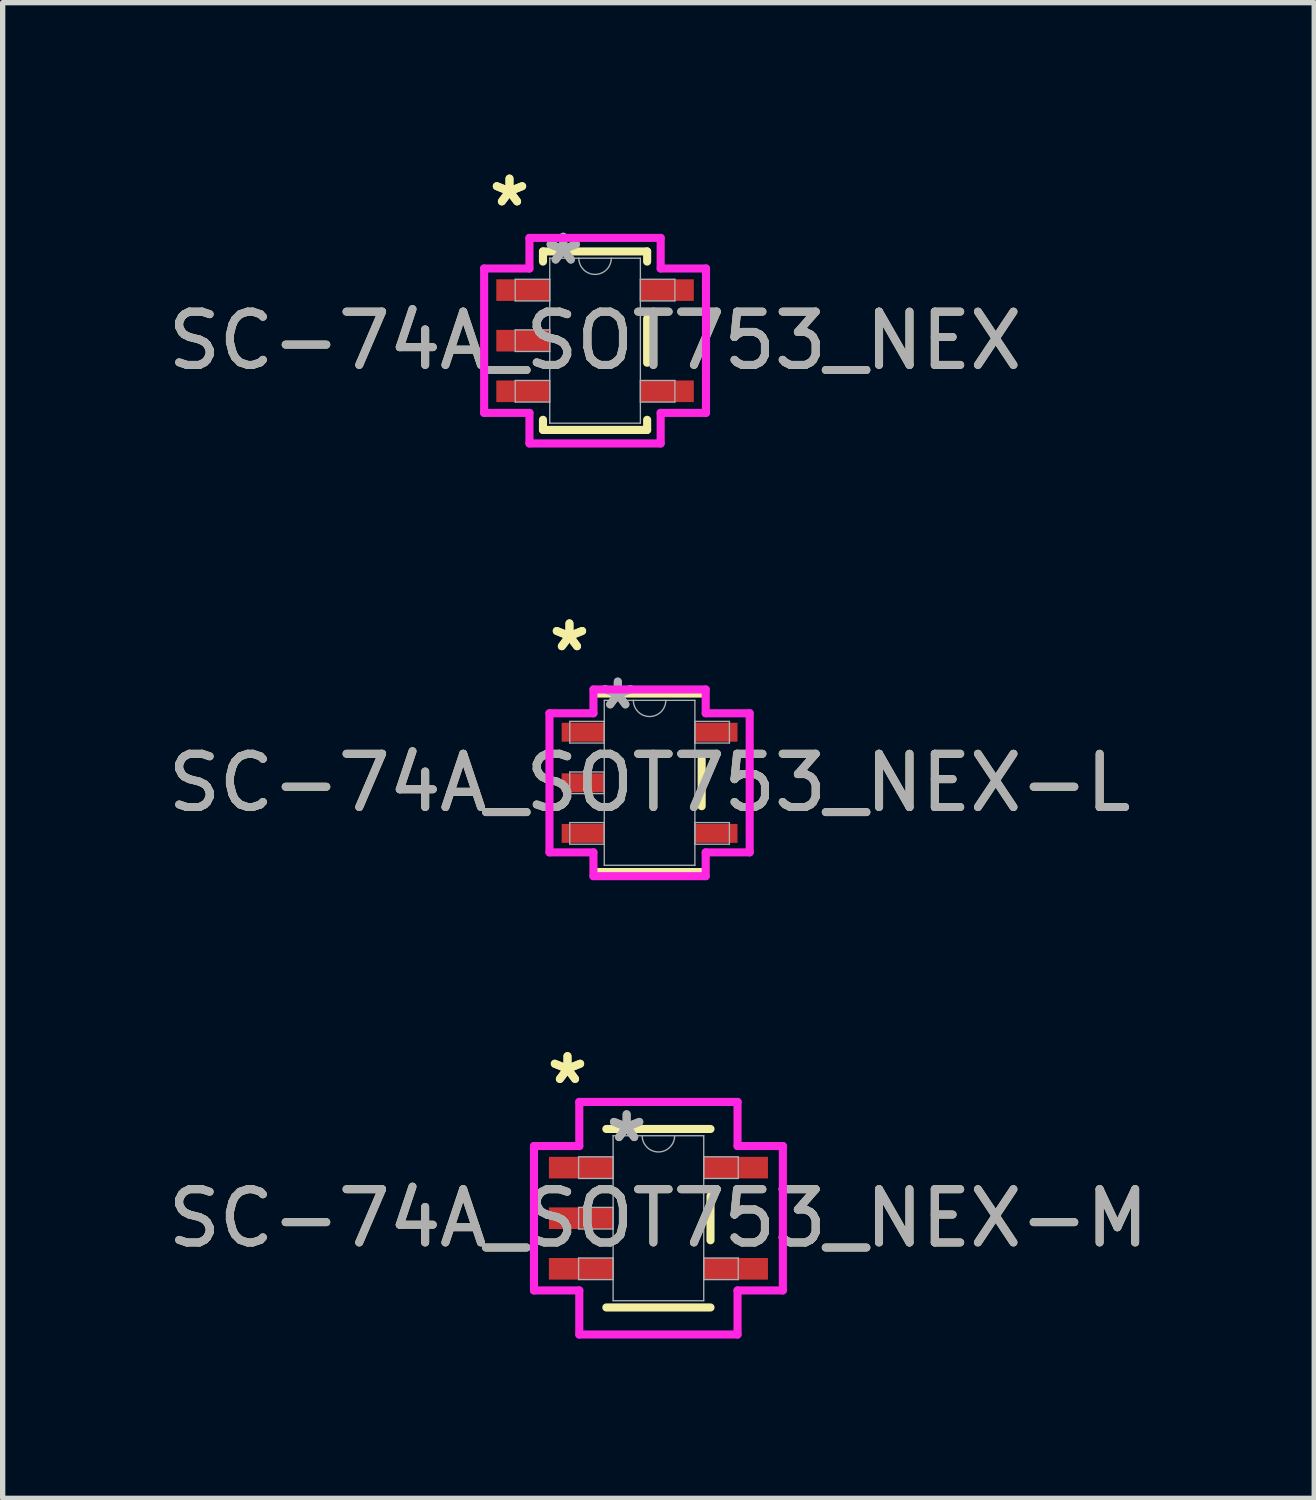
<source format=kicad_pcb>
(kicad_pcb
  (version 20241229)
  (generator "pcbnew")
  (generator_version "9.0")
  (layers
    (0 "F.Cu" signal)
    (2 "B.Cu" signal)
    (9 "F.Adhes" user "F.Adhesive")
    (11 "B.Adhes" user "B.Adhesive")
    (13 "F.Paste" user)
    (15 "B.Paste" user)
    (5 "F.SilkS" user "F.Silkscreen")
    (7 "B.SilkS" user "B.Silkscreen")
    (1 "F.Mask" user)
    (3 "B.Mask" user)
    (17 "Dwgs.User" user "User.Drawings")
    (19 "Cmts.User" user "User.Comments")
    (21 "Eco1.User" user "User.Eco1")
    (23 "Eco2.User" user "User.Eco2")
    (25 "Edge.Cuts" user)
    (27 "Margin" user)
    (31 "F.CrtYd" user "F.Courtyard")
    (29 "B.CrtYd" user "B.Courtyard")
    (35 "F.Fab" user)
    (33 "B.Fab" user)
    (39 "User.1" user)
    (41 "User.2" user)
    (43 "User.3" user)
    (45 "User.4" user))
  (footprint "SC-74A_SOT753_NEX-L"
    (layer "F.Cu")
    (at 9.149 11.651)
    (property "Reference" "SC-74A_SOT753_NEX-L" (at 0 0 0) (unlocked yes) (layer "F.SilkS") (effects (font (size 1 1) (thickness 0.15))))
    (attr smd)
    (fp_line (start -0.978 1.676) (end 0.978 1.676) (stroke (width 0.152) (type solid)) (layer "F.SilkS"))
    (fp_line (start 0.978 -1.676) (end -0.978 -1.676) (stroke (width 0.152) (type solid)) (layer "F.SilkS"))
    (fp_line (start 0.978 0.439) (end 0.978 -0.439) (stroke (width 0.152) (type solid)) (layer "F.SilkS"))
    (fp_line (start -1.88 -1.306) (end -1.054 -1.306) (stroke (width 0.152) (type solid)) (layer "F.CrtYd"))
    (fp_line (start -1.88 1.306) (end -1.88 -1.306) (stroke (width 0.152) (type solid)) (layer "F.CrtYd"))
    (fp_line (start -1.054 -1.753) (end 1.054 -1.753) (stroke (width 0.152) (type solid)) (layer "F.CrtYd"))
    (fp_line (start -1.054 -1.306) (end -1.054 -1.753) (stroke (width 0.152) (type solid)) (layer "F.CrtYd"))
    (fp_line (start -1.054 1.306) (end -1.88 1.306) (stroke (width 0.152) (type solid)) (layer "F.CrtYd"))
    (fp_line (start -1.054 1.753) (end -1.054 1.306) (stroke (width 0.152) (type solid)) (layer "F.CrtYd"))
    (fp_line (start 1.054 -1.753) (end 1.054 -1.306) (stroke (width 0.152) (type solid)) (layer "F.CrtYd"))
    (fp_line (start 1.054 -1.306) (end 1.88 -1.306) (stroke (width 0.152) (type solid)) (layer "F.CrtYd"))
    (fp_line (start 1.054 1.306) (end 1.054 1.753) (stroke (width 0.152) (type solid)) (layer "F.CrtYd"))
    (fp_line (start 1.054 1.753) (end -1.054 1.753) (stroke (width 0.152) (type solid)) (layer "F.CrtYd"))
    (fp_line (start 1.88 -1.306) (end 1.88 1.306) (stroke (width 0.152) (type solid)) (layer "F.CrtYd"))
    (fp_line (start 1.88 1.306) (end 1.054 1.306) (stroke (width 0.152) (type solid)) (layer "F.CrtYd"))
    (fp_line (start -1.499 -1.153) (end -1.499 -0.747) (stroke (width 0.025) (type solid)) (layer "F.Fab"))
    (fp_line (start -1.499 -0.747) (end -0.851 -0.747) (stroke (width 0.025) (type solid)) (layer "F.Fab"))
    (fp_line (start -1.499 -0.203) (end -1.499 0.203) (stroke (width 0.025) (type solid)) (layer "F.Fab"))
    (fp_line (start -1.499 0.203) (end -0.851 0.203) (stroke (width 0.025) (type solid)) (layer "F.Fab"))
    (fp_line (start -1.499 0.747) (end -1.499 1.153) (stroke (width 0.025) (type solid)) (layer "F.Fab"))
    (fp_line (start -1.499 1.153) (end -0.851 1.153) (stroke (width 0.025) (type solid)) (layer "F.Fab"))
    (fp_line (start -0.851 -1.549) (end -0.851 1.549) (stroke (width 0.025) (type solid)) (layer "F.Fab"))
    (fp_line (start -0.851 -1.153) (end -1.499 -1.153) (stroke (width 0.025) (type solid)) (layer "F.Fab"))
    (fp_line (start -0.851 -0.747) (end -0.851 -1.153) (stroke (width 0.025) (type solid)) (layer "F.Fab"))
    (fp_line (start -0.851 -0.203) (end -1.499 -0.203) (stroke (width 0.025) (type solid)) (layer "F.Fab"))
    (fp_line (start -0.851 0.203) (end -0.851 -0.203) (stroke (width 0.025) (type solid)) (layer "F.Fab"))
    (fp_line (start -0.851 0.747) (end -1.499 0.747) (stroke (width 0.025) (type solid)) (layer "F.Fab"))
    (fp_line (start -0.851 1.153) (end -0.851 0.747) (stroke (width 0.025) (type solid)) (layer "F.Fab"))
    (fp_line (start -0.851 1.549) (end 0.851 1.549) (stroke (width 0.025) (type solid)) (layer "F.Fab"))
    (fp_line (start 0.851 -1.549) (end -0.851 -1.549) (stroke (width 0.025) (type solid)) (layer "F.Fab"))
    (fp_line (start 0.851 -1.153) (end 0.851 -0.747) (stroke (width 0.025) (type solid)) (layer "F.Fab"))
    (fp_line (start 0.851 -0.747) (end 1.499 -0.747) (stroke (width 0.025) (type solid)) (layer "F.Fab"))
    (fp_line (start 0.851 0.747) (end 0.851 1.153) (stroke (width 0.025) (type solid)) (layer "F.Fab"))
    (fp_line (start 0.851 1.153) (end 1.499 1.153) (stroke (width 0.025) (type solid)) (layer "F.Fab"))
    (fp_line (start 0.851 1.549) (end 0.851 -1.549) (stroke (width 0.025) (type solid)) (layer "F.Fab"))
    (fp_line (start 1.499 -1.153) (end 0.851 -1.153) (stroke (width 0.025) (type solid)) (layer "F.Fab"))
    (fp_line (start 1.499 -0.747) (end 1.499 -1.153) (stroke (width 0.025) (type solid)) (layer "F.Fab"))
    (fp_line (start 1.499 0.747) (end 0.851 0.747) (stroke (width 0.025) (type solid)) (layer "F.Fab"))
    (fp_line (start 1.499 1.153) (end 1.499 0.747) (stroke (width 0.025) (type solid)) (layer "F.Fab"))
    (fp_arc (start 0.3048 -1.5494) (mid 0 -1.2446) (end -0.3048 -1.5494) (stroke (width 0.0254) (type solid)) (layer "F.Fab"))
    (fp_text user "*" (at -1.505 -2.449 0) (layer "F.SilkS") (effects (font (size 1 1) (thickness 0.15))))
    (fp_text user "*" (at -1.505 -2.449 0) (unlocked yes) (layer "F.SilkS") (effects (font (size 1 1) (thickness 0.15))))
    (fp_text user "*" (at -0.597 -1.356 0) (layer "F.Fab") (effects (font (size 1 1) (thickness 0.15))))
    (fp_text user "${REFERENCE}" (at 0 0 0) (unlocked yes) (layer "F.Fab") (effects (font (size 1 1) (thickness 0.15))))
    (fp_text user "*" (at -0.597 -1.356 0) (unlocked yes) (layer "F.Fab") (effects (font (size 1 1) (thickness 0.15))))
    (pad "1" smd rect (at -1.251 -0.95) (size 0.8 0.356) (layers "F.Cu" "F.Mask" "F.Paste"))
    (pad "2" smd rect (at -1.251 0) (size 0.8 0.356) (layers "F.Cu" "F.Mask" "F.Paste"))
    (pad "3" smd rect (at -1.251 0.95) (size 0.8 0.356) (layers "F.Cu" "F.Mask" "F.Paste"))
    (pad "4" smd rect (at 1.251 0.95) (size 0.8 0.356) (layers "F.Cu" "F.Mask" "F.Paste"))
    (pad "5" smd rect (at 1.251 -0.95) (size 0.8 0.356) (layers "F.Cu" "F.Mask" "F.Paste")))
  (footprint "SC-74A_SOT753_NEX-M"
    (layer "F.Cu")
    (at 9.315 19.828)
    (property "Reference" "SC-74A_SOT753_NEX-M" (at 0 0 0) (unlocked yes) (layer "F.SilkS") (effects (font (size 1 1) (thickness 0.15))))
    (attr smd)
    (fp_line (start -0.978 1.676) (end 0.978 1.676) (stroke (width 0.152) (type solid)) (layer "F.SilkS"))
    (fp_line (start 0.978 -1.676) (end -0.978 -1.676) (stroke (width 0.152) (type solid)) (layer "F.SilkS"))
    (fp_line (start 0.978 0.414) (end 0.978 -0.414) (stroke (width 0.152) (type solid)) (layer "F.SilkS"))
    (fp_line (start -2.337 -1.356) (end -1.486 -1.356) (stroke (width 0.152) (type solid)) (layer "F.CrtYd"))
    (fp_line (start -2.337 1.356) (end -2.337 -1.356) (stroke (width 0.152) (type solid)) (layer "F.CrtYd"))
    (fp_line (start -1.486 -2.184) (end 1.486 -2.184) (stroke (width 0.152) (type solid)) (layer "F.CrtYd"))
    (fp_line (start -1.486 -1.356) (end -1.486 -2.184) (stroke (width 0.152) (type solid)) (layer "F.CrtYd"))
    (fp_line (start -1.486 1.356) (end -2.337 1.356) (stroke (width 0.152) (type solid)) (layer "F.CrtYd"))
    (fp_line (start -1.486 2.184) (end -1.486 1.356) (stroke (width 0.152) (type solid)) (layer "F.CrtYd"))
    (fp_line (start 1.486 -2.184) (end 1.486 -1.356) (stroke (width 0.152) (type solid)) (layer "F.CrtYd"))
    (fp_line (start 1.486 -1.356) (end 2.337 -1.356) (stroke (width 0.152) (type solid)) (layer "F.CrtYd"))
    (fp_line (start 1.486 1.356) (end 1.486 2.184) (stroke (width 0.152) (type solid)) (layer "F.CrtYd"))
    (fp_line (start 1.486 2.184) (end -1.486 2.184) (stroke (width 0.152) (type solid)) (layer "F.CrtYd"))
    (fp_line (start 2.337 -1.356) (end 2.337 1.356) (stroke (width 0.152) (type solid)) (layer "F.CrtYd"))
    (fp_line (start 2.337 1.356) (end 1.486 1.356) (stroke (width 0.152) (type solid)) (layer "F.CrtYd"))
    (fp_line (start -1.499 -1.153) (end -1.499 -0.747) (stroke (width 0.025) (type solid)) (layer "F.Fab"))
    (fp_line (start -1.499 -0.747) (end -0.851 -0.747) (stroke (width 0.025) (type solid)) (layer "F.Fab"))
    (fp_line (start -1.499 -0.203) (end -1.499 0.203) (stroke (width 0.025) (type solid)) (layer "F.Fab"))
    (fp_line (start -1.499 0.203) (end -0.851 0.203) (stroke (width 0.025) (type solid)) (layer "F.Fab"))
    (fp_line (start -1.499 0.747) (end -1.499 1.153) (stroke (width 0.025) (type solid)) (layer "F.Fab"))
    (fp_line (start -1.499 1.153) (end -0.851 1.153) (stroke (width 0.025) (type solid)) (layer "F.Fab"))
    (fp_line (start -0.851 -1.549) (end -0.851 1.549) (stroke (width 0.025) (type solid)) (layer "F.Fab"))
    (fp_line (start -0.851 -1.153) (end -1.499 -1.153) (stroke (width 0.025) (type solid)) (layer "F.Fab"))
    (fp_line (start -0.851 -0.747) (end -0.851 -1.153) (stroke (width 0.025) (type solid)) (layer "F.Fab"))
    (fp_line (start -0.851 -0.203) (end -1.499 -0.203) (stroke (width 0.025) (type solid)) (layer "F.Fab"))
    (fp_line (start -0.851 0.203) (end -0.851 -0.203) (stroke (width 0.025) (type solid)) (layer "F.Fab"))
    (fp_line (start -0.851 0.747) (end -1.499 0.747) (stroke (width 0.025) (type solid)) (layer "F.Fab"))
    (fp_line (start -0.851 1.153) (end -0.851 0.747) (stroke (width 0.025) (type solid)) (layer "F.Fab"))
    (fp_line (start -0.851 1.549) (end 0.851 1.549) (stroke (width 0.025) (type solid)) (layer "F.Fab"))
    (fp_line (start 0.851 -1.549) (end -0.851 -1.549) (stroke (width 0.025) (type solid)) (layer "F.Fab"))
    (fp_line (start 0.851 -1.153) (end 0.851 -0.747) (stroke (width 0.025) (type solid)) (layer "F.Fab"))
    (fp_line (start 0.851 -0.747) (end 1.499 -0.747) (stroke (width 0.025) (type solid)) (layer "F.Fab"))
    (fp_line (start 0.851 0.747) (end 0.851 1.153) (stroke (width 0.025) (type solid)) (layer "F.Fab"))
    (fp_line (start 0.851 1.153) (end 1.499 1.153) (stroke (width 0.025) (type solid)) (layer "F.Fab"))
    (fp_line (start 0.851 1.549) (end 0.851 -1.549) (stroke (width 0.025) (type solid)) (layer "F.Fab"))
    (fp_line (start 1.499 -1.153) (end 0.851 -1.153) (stroke (width 0.025) (type solid)) (layer "F.Fab"))
    (fp_line (start 1.499 -0.747) (end 1.499 -1.153) (stroke (width 0.025) (type solid)) (layer "F.Fab"))
    (fp_line (start 1.499 0.747) (end 0.851 0.747) (stroke (width 0.025) (type solid)) (layer "F.Fab"))
    (fp_line (start 1.499 1.153) (end 1.499 0.747) (stroke (width 0.025) (type solid)) (layer "F.Fab"))
    (fp_arc (start 0.3048 -1.5494) (mid 0 -1.2446) (end -0.3048 -1.5494) (stroke (width 0.0254) (type solid)) (layer "F.Fab"))
    (fp_text user "*" (at -1.708 -2.499 0) (layer "F.SilkS") (effects (font (size 1 1) (thickness 0.15))))
    (fp_text user "*" (at -1.708 -2.499 0) (unlocked yes) (layer "F.SilkS") (effects (font (size 1 1) (thickness 0.15))))
    (fp_text user "*" (at -0.597 -1.407 0) (layer "F.Fab") (effects (font (size 1 1) (thickness 0.15))))
    (fp_text user "*" (at -0.597 -1.407 0) (unlocked yes) (layer "F.Fab") (effects (font (size 1 1) (thickness 0.15))))
    (fp_text user "${REFERENCE}" (at 0 0 0) (unlocked yes) (layer "F.Fab") (effects (font (size 1 1) (thickness 0.15))))
    (pad "1" smd rect (at -1.454 -0.95) (size 1.206 0.406) (layers "F.Cu" "F.Mask" "F.Paste"))
    (pad "2" smd rect (at -1.454 0) (size 1.206 0.406) (layers "F.Cu" "F.Mask" "F.Paste"))
    (pad "3" smd rect (at -1.454 0.95) (size 1.206 0.406) (layers "F.Cu" "F.Mask" "F.Paste"))
    (pad "4" smd rect (at 1.454 0.95) (size 1.206 0.406) (layers "F.Cu" "F.Mask" "F.Paste"))
    (pad "5" smd rect (at 1.454 -0.95) (size 1.206 0.406) (layers "F.Cu" "F.Mask" "F.Paste")))
  (footprint "SC-74A_SOT753_NEX"
    (layer "F.Cu")
    (at 8.125 3.348)
    (property "Reference" "SC-74A_SOT753_NEX" (at 0 0 0) (unlocked yes) (layer "F.SilkS") (effects (font (size 1 1) (thickness 0.15))))
    (attr smd)
    (fp_line (start -0.978 -1.676) (end -0.978 -1.486) (stroke (width 0.152) (type solid)) (layer "F.SilkS"))
    (fp_line (start -0.978 1.486) (end -0.978 1.676) (stroke (width 0.152) (type solid)) (layer "F.SilkS"))
    (fp_line (start -0.978 1.676) (end 0.978 1.676) (stroke (width 0.152) (type solid)) (layer "F.SilkS"))
    (fp_line (start 0.978 -1.676) (end -0.978 -1.676) (stroke (width 0.152) (type solid)) (layer "F.SilkS"))
    (fp_line (start 0.978 -1.486) (end 0.978 -1.676) (stroke (width 0.152) (type solid)) (layer "F.SilkS"))
    (fp_line (start 0.978 0.414) (end 0.978 -0.414) (stroke (width 0.152) (type solid)) (layer "F.SilkS"))
    (fp_line (start 0.978 1.676) (end 0.978 1.486) (stroke (width 0.152) (type solid)) (layer "F.SilkS"))
    (fp_line (start -2.083 -1.356) (end -1.232 -1.356) (stroke (width 0.152) (type solid)) (layer "F.CrtYd"))
    (fp_line (start -2.083 1.356) (end -2.083 -1.356) (stroke (width 0.152) (type solid)) (layer "F.CrtYd"))
    (fp_line (start -1.232 -1.93) (end 1.232 -1.93) (stroke (width 0.152) (type solid)) (layer "F.CrtYd"))
    (fp_line (start -1.232 -1.356) (end -1.232 -1.93) (stroke (width 0.152) (type solid)) (layer "F.CrtYd"))
    (fp_line (start -1.232 1.356) (end -2.083 1.356) (stroke (width 0.152) (type solid)) (layer "F.CrtYd"))
    (fp_line (start -1.232 1.93) (end -1.232 1.356) (stroke (width 0.152) (type solid)) (layer "F.CrtYd"))
    (fp_line (start 1.232 -1.93) (end 1.232 -1.356) (stroke (width 0.152) (type solid)) (layer "F.CrtYd"))
    (fp_line (start 1.232 -1.356) (end 2.083 -1.356) (stroke (width 0.152) (type solid)) (layer "F.CrtYd"))
    (fp_line (start 1.232 1.356) (end 1.232 1.93) (stroke (width 0.152) (type solid)) (layer "F.CrtYd"))
    (fp_line (start 1.232 1.93) (end -1.232 1.93) (stroke (width 0.152) (type solid)) (layer "F.CrtYd"))
    (fp_line (start 2.083 -1.356) (end 2.083 1.356) (stroke (width 0.152) (type solid)) (layer "F.CrtYd"))
    (fp_line (start 2.083 1.356) (end 1.232 1.356) (stroke (width 0.152) (type solid)) (layer "F.CrtYd"))
    (fp_line (start -1.499 -1.153) (end -1.499 -0.747) (stroke (width 0.025) (type solid)) (layer "F.Fab"))
    (fp_line (start -1.499 -0.747) (end -0.851 -0.747) (stroke (width 0.025) (type solid)) (layer "F.Fab"))
    (fp_line (start -1.499 -0.203) (end -1.499 0.203) (stroke (width 0.025) (type solid)) (layer "F.Fab"))
    (fp_line (start -1.499 0.203) (end -0.851 0.203) (stroke (width 0.025) (type solid)) (layer "F.Fab"))
    (fp_line (start -1.499 0.747) (end -1.499 1.153) (stroke (width 0.025) (type solid)) (layer "F.Fab"))
    (fp_line (start -1.499 1.153) (end -0.851 1.153) (stroke (width 0.025) (type solid)) (layer "F.Fab"))
    (fp_line (start -0.851 -1.549) (end -0.851 1.549) (stroke (width 0.025) (type solid)) (layer "F.Fab"))
    (fp_line (start -0.851 -1.153) (end -1.499 -1.153) (stroke (width 0.025) (type solid)) (layer "F.Fab"))
    (fp_line (start -0.851 -0.747) (end -0.851 -1.153) (stroke (width 0.025) (type solid)) (layer "F.Fab"))
    (fp_line (start -0.851 -0.203) (end -1.499 -0.203) (stroke (width 0.025) (type solid)) (layer "F.Fab"))
    (fp_line (start -0.851 0.203) (end -0.851 -0.203) (stroke (width 0.025) (type solid)) (layer "F.Fab"))
    (fp_line (start -0.851 0.747) (end -1.499 0.747) (stroke (width 0.025) (type solid)) (layer "F.Fab"))
    (fp_line (start -0.851 1.153) (end -0.851 0.747) (stroke (width 0.025) (type solid)) (layer "F.Fab"))
    (fp_line (start -0.851 1.549) (end 0.851 1.549) (stroke (width 0.025) (type solid)) (layer "F.Fab"))
    (fp_line (start 0.851 -1.549) (end -0.851 -1.549) (stroke (width 0.025) (type solid)) (layer "F.Fab"))
    (fp_line (start 0.851 -1.153) (end 0.851 -0.747) (stroke (width 0.025) (type solid)) (layer "F.Fab"))
    (fp_line (start 0.851 -0.747) (end 1.499 -0.747) (stroke (width 0.025) (type solid)) (layer "F.Fab"))
    (fp_line (start 0.851 0.747) (end 0.851 1.153) (stroke (width 0.025) (type solid)) (layer "F.Fab"))
    (fp_line (start 0.851 1.153) (end 1.499 1.153) (stroke (width 0.025) (type solid)) (layer "F.Fab"))
    (fp_line (start 0.851 1.549) (end 0.851 -1.549) (stroke (width 0.025) (type solid)) (layer "F.Fab"))
    (fp_line (start 1.499 -1.153) (end 0.851 -1.153) (stroke (width 0.025) (type solid)) (layer "F.Fab"))
    (fp_line (start 1.499 -0.747) (end 1.499 -1.153) (stroke (width 0.025) (type solid)) (layer "F.Fab"))
    (fp_line (start 1.499 0.747) (end 0.851 0.747) (stroke (width 0.025) (type solid)) (layer "F.Fab"))
    (fp_line (start 1.499 1.153) (end 1.499 0.747) (stroke (width 0.025) (type solid)) (layer "F.Fab"))
    (fp_arc (start 0.3048 -1.5494) (mid 0 -1.2446) (end -0.3048 -1.5494) (stroke (width 0.0254) (type solid)) (layer "F.Fab"))
    (fp_text user "*" (at -1.607 -2.499 0) (unlocked yes) (layer "F.SilkS") (effects (font (size 1 1) (thickness 0.15))))
    (fp_text user "*" (at -1.607 -2.499 0) (layer "F.SilkS") (effects (font (size 1 1) (thickness 0.15))))
    (fp_text user "*" (at -0.597 -1.407 0) (unlocked yes) (layer "F.Fab") (effects (font (size 1 1) (thickness 0.15))))
    (fp_text user "${REFERENCE}" (at 0 0 0) (unlocked yes) (layer "F.Fab") (effects (font (size 1 1) (thickness 0.15))))
    (fp_text user "*" (at -0.597 -1.407 0) (layer "F.Fab") (effects (font (size 1 1) (thickness 0.15))))
    (pad "1" smd rect (at -1.353 -0.95) (size 1.003 0.406) (layers "F.Cu" "F.Mask" "F.Paste"))
    (pad "2" smd rect (at -1.353 0) (size 1.003 0.406) (layers "F.Cu" "F.Mask" "F.Paste"))
    (pad "3" smd rect (at -1.353 0.95) (size 1.003 0.406) (layers "F.Cu" "F.Mask" "F.Paste"))
    (pad "4" smd rect (at 1.353 0.95) (size 1.003 0.406) (layers "F.Cu" "F.Mask" "F.Paste"))
    (pad "5" smd rect (at 1.353 -0.95) (size 1.003 0.406) (layers "F.Cu" "F.Mask" "F.Paste")))
  (gr_rect
    (start -3 -3)
    (end 21.631 25.088)
    (stroke (width 0.1) (type default))
    (fill no)
    (layer "Edge.Cuts")))
</source>
